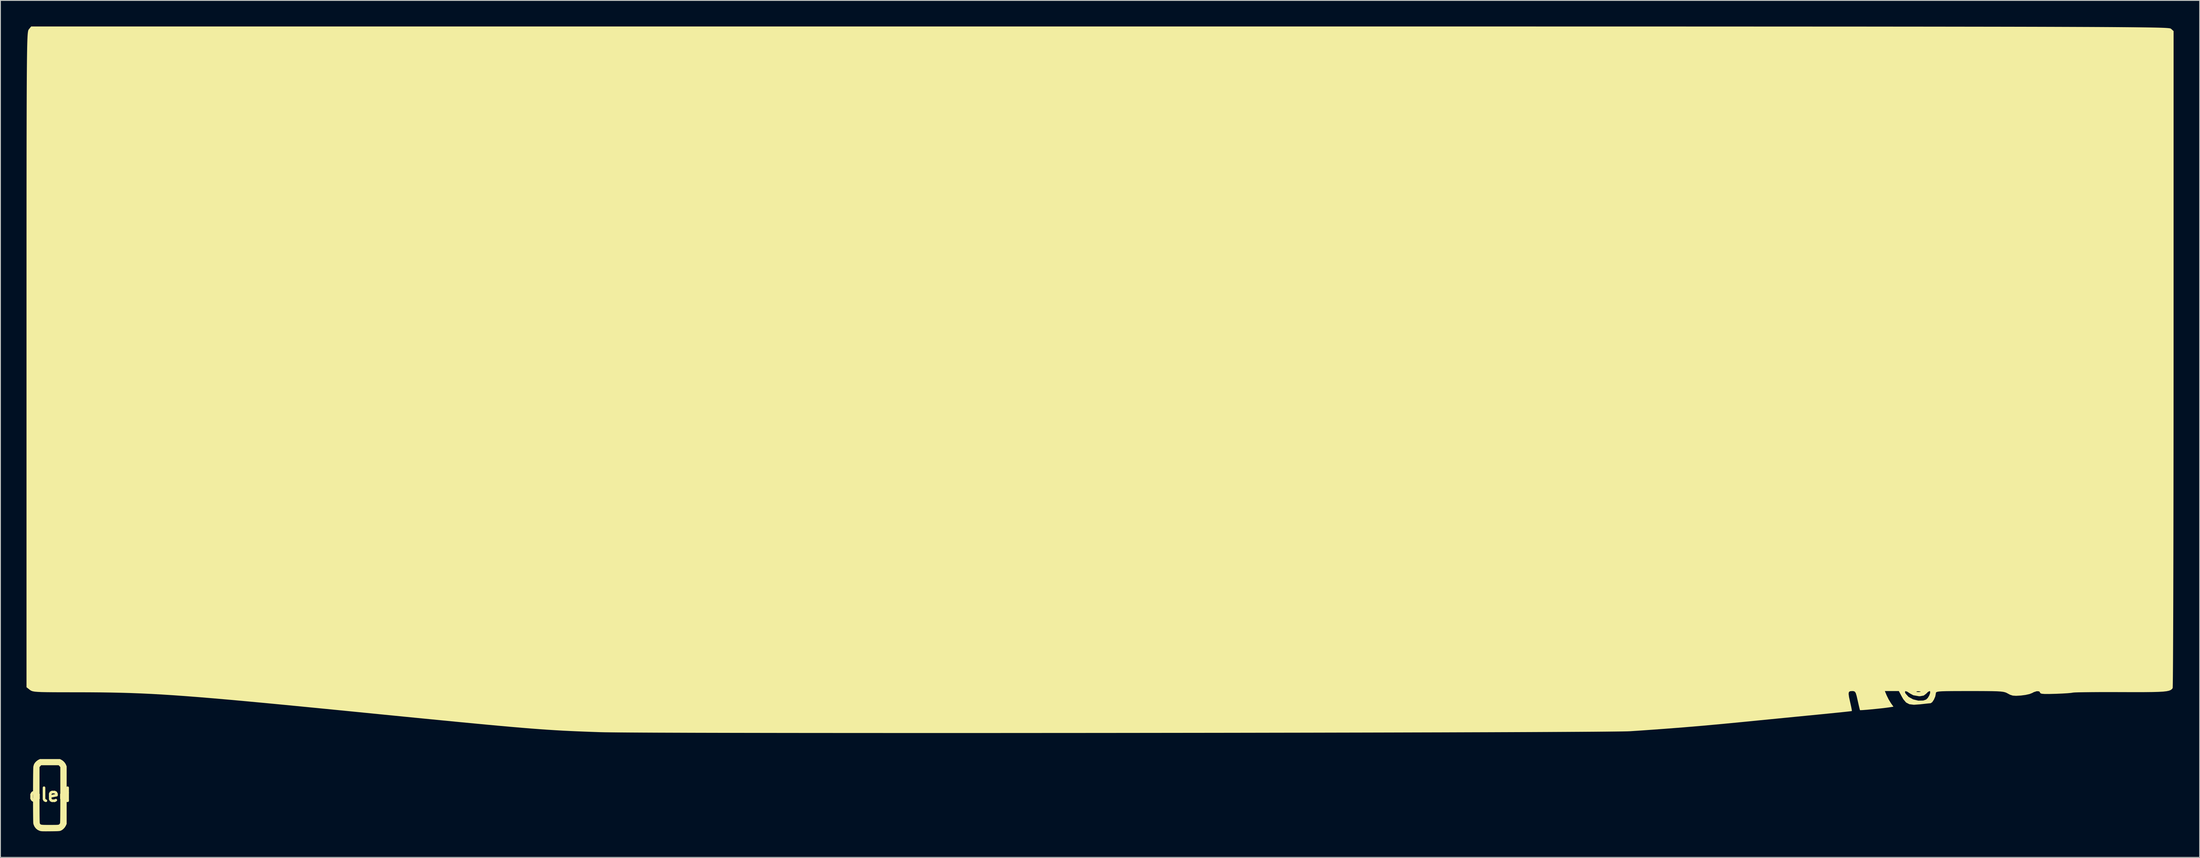
<source format=kicad_pcb>
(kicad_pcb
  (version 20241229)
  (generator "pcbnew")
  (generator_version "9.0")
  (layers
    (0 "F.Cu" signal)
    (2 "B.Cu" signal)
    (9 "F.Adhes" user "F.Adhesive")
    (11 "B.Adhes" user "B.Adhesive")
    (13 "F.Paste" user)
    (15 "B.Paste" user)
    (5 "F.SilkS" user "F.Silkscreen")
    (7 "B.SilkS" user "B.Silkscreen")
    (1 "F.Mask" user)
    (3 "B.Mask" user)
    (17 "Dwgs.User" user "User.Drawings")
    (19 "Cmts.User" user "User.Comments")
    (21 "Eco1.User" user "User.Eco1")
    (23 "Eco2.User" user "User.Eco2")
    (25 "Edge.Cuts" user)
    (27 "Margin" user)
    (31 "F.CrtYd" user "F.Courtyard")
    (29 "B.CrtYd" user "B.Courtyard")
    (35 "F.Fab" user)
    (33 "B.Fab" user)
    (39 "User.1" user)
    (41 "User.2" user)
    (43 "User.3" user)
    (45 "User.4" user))
  (footprint "oled"
    (layer "F.Cu")
    (at 2.693 88.506)
    (property "Reference" "oled" (at 0 0 0) (layer "F.SilkS") (effects (font (size 1.5 1.5) (thickness 0.3))))
    (attr board_only exclude_from_pos_files exclude_from_bom)
    (fp_poly (pts (xy 1.31 -4.046) (xy 1.498 -3.925) (xy 1.668 -3.76) (xy 1.801 -3.572) (xy 1.85 -3.471) (xy 1.925 -3.284) (xy 1.925 0.032) (xy 1.925 3.349) (xy 1.831 3.552) (xy 1.719 3.739) (xy 1.568 3.91) (xy 1.395 4.048) (xy 1.239 4.129) (xy 1.189 4.145) (xy 1.13 4.159) (xy 1.055 4.169) (xy 0.956 4.177) (xy 0.825 4.184) (xy 0.656 4.188) (xy 0.44 4.192) (xy 0.171 4.195) (xy 0.049 4.196) (xy -0.241 4.198) (xy -0.474 4.199) (xy -0.658 4.198) (xy -0.802 4.196) (xy -0.913 4.191) (xy -0.999 4.183) (xy -1.068 4.172) (xy -1.129 4.158) (xy -1.187 4.14) (xy -1.412 4.035) (xy -1.605 3.879) (xy -1.761 3.681) (xy -1.87 3.45) (xy -1.909 3.301) (xy -1.915 3.238) (xy -1.92 3.115) (xy -1.925 2.94) (xy -1.929 2.716) (xy -1.932 2.45) (xy -1.935 2.147) (xy -1.938 1.812) (xy -1.94 1.452) (xy -1.941 1.072) (xy -1.942 0.677) (xy -1.942 0.274) (xy -1.942 0.003) (xy -1.197 0.003) (xy -1.197 0.582) (xy -1.196 1.099) (xy -1.195 1.556) (xy -1.193 1.954) (xy -1.191 2.295) (xy -1.188 2.582) (xy -1.184 2.817) (xy -1.18 3.001) (xy -1.175 3.137) (xy -1.169 3.227) (xy -1.163 3.273) (xy -1.161 3.278) (xy -1.135 3.328) (xy -1.107 3.368) (xy -1.071 3.399) (xy -1.019 3.422) (xy -0.945 3.438) (xy -0.841 3.449) (xy -0.701 3.456) (xy -0.517 3.459) (xy -0.282 3.461) (xy 0 3.461) (xy 0.282 3.46) (xy 0.506 3.459) (xy 0.68 3.457) (xy 0.81 3.453) (xy 0.905 3.447) (xy 0.971 3.439) (xy 1.015 3.428) (xy 1.044 3.413) (xy 1.056 3.405) (xy 1.123 3.335) (xy 1.161 3.278) (xy 1.168 3.244) (xy 1.173 3.166) (xy 1.179 3.042) (xy 1.183 2.87) (xy 1.187 2.649) (xy 1.19 2.376) (xy 1.192 2.049) (xy 1.194 1.667) (xy 1.196 1.226) (xy 1.197 0.725) (xy 1.197 0.162) (xy 1.197 0.003) (xy 1.197 -3.202) (xy 1.103 -3.308) (xy 1.008 -3.414) (xy 0 -3.414) (xy -1.008 -3.414) (xy -1.103 -3.308) (xy -1.197 -3.202) (xy -1.197 0.003) (xy -1.942 0.003) (xy -1.942 -0.134) (xy -1.942 -0.539) (xy -1.941 -0.936) (xy -1.939 -1.32) (xy -1.937 -1.685) (xy -1.934 -2.026) (xy -1.931 -2.336) (xy -1.927 -2.611) (xy -1.923 -2.845) (xy -1.918 -3.033) (xy -1.913 -3.167) (xy -1.907 -3.245) (xy -1.906 -3.253) (xy -1.875 -3.383) (xy -1.833 -3.51) (xy -1.807 -3.569) (xy -1.703 -3.724) (xy -1.558 -3.874) (xy -1.393 -3.999) (xy -1.31 -4.046) (xy -1.149 -4.125) (xy 0 -4.125) (xy 1.149 -4.125)) (stroke (width 0) (type solid)) (fill yes) (layer "F.SilkS")))
  (footprint "mask test"
    (layer "F.Cu")
    (at 123.511 40.682)
    (property "Reference" "mask test" (at 0 0 0) (layer "F.SilkS") (effects (font (size 1.5 1.5) (thickness 0.3))))
    (attr board_only exclude_from_pos_files exclude_from_bom)
    (fp_poly (pts (xy 7.011 -40.682) (xy 13.774 -40.682) (xy 20.27 -40.682) (xy 26.503 -40.682) (xy 32.478 -40.681) (xy 38.202 -40.681) (xy 43.679 -40.681) (xy 48.915 -40.681) (xy 53.915 -40.68) (xy 58.685 -40.679) (xy 63.231 -40.679) (xy 67.557 -40.678) (xy 71.669 -40.677) (xy 75.573 -40.675) (xy 79.274 -40.674) (xy 82.777 -40.672) (xy 86.089 -40.671) (xy 89.214 -40.669) (xy 92.157 -40.666) (xy 94.925 -40.664) (xy 97.522 -40.661) (xy 99.955 -40.658) (xy 102.228 -40.655) (xy 104.347 -40.652) (xy 106.318 -40.648) (xy 108.145 -40.644) (xy 109.835 -40.639) (xy 111.392 -40.634) (xy 112.823 -40.629) (xy 114.132 -40.624) (xy 115.326 -40.618) (xy 116.408 -40.612) (xy 117.386 -40.605) (xy 118.265 -40.598) (xy 119.049 -40.591) (xy 119.744 -40.583) (xy 120.356 -40.575) (xy 120.89 -40.566) (xy 121.352 -40.557) (xy 121.747 -40.548) (xy 122.08 -40.537) (xy 122.357 -40.527) (xy 122.584 -40.516) (xy 122.765 -40.504) (xy 122.907 -40.492) (xy 123.014 -40.479) (xy 123.093 -40.466) (xy 123.147 -40.452) (xy 123.184 -40.438) (xy 123.209 -40.423) (xy 123.217 -40.416) (xy 123.511 -40.15) (xy 123.509 -2.386) (xy 123.508 0.843) (xy 123.507 4) (xy 123.505 7.073) (xy 123.502 10.051) (xy 123.499 12.923) (xy 123.495 15.676) (xy 123.491 18.3) (xy 123.486 20.782) (xy 123.48 23.113) (xy 123.475 25.28) (xy 123.468 27.272) (xy 123.461 29.077) (xy 123.454 30.684) (xy 123.447 32.081) (xy 123.439 33.258) (xy 123.431 34.203) (xy 123.422 34.904) (xy 123.414 35.35) (xy 123.405 35.529) (xy 123.404 35.532) (xy 123.308 35.651) (xy 123.177 35.749) (xy 122.984 35.826) (xy 122.703 35.886) (xy 122.307 35.931) (xy 121.769 35.961) (xy 121.063 35.981) (xy 120.162 35.99) (xy 119.039 35.992) (xy 117.669 35.989) (xy 117.412 35.988) (xy 116.22 35.985) (xy 115.11 35.986) (xy 114.116 35.992) (xy 113.269 36.001) (xy 112.602 36.012) (xy 112.147 36.027) (xy 111.935 36.044) (xy 111.927 36.046) (xy 111.714 36.081) (xy 111.282 36.118) (xy 110.692 36.153) (xy 110.007 36.182) (xy 109.939 36.184) (xy 109.182 36.204) (xy 108.665 36.202) (xy 108.348 36.175) (xy 108.193 36.121) (xy 108.159 36.055) (xy 108.051 35.903) (xy 107.78 35.881) (xy 107.43 35.989) (xy 107.261 36.083) (xy 106.956 36.205) (xy 106.477 36.313) (xy 105.95 36.382) (xy 105.39 36.415) (xy 105.005 36.389) (xy 104.695 36.29) (xy 104.463 36.166) (xy 104.302 36.078) (xy 104.13 36.009) (xy 103.912 35.957) (xy 103.614 35.92) (xy 103.2 35.894) (xy 102.637 35.879) (xy 101.889 35.871) (xy 100.922 35.867) (xy 100.057 35.867) (xy 98.913 35.868) (xy 98.019 35.871) (xy 97.342 35.879) (xy 96.853 35.894) (xy 96.521 35.918) (xy 96.316 35.954) (xy 96.208 36.003) (xy 96.165 36.068) (xy 96.157 36.152) (xy 96.157 36.153) (xy 96.093 36.492) (xy 95.935 36.858) (xy 95.739 37.15) (xy 95.56 37.269) (xy 95.346 37.287) (xy 94.937 37.329) (xy 94.417 37.387) (xy 94.346 37.396) (xy 93.629 37.446) (xy 93.113 37.384) (xy 92.731 37.183) (xy 92.419 36.814) (xy 92.239 36.504) (xy 91.975 36.007) (xy 92.609 36.007) (xy 92.672 36.154) (xy 93.021 36.541) (xy 93.542 36.823) (xy 94.139 36.971) (xy 94.716 36.957) (xy 95.035 36.847) (xy 95.226 36.667) (xy 95.393 36.391) (xy 95.498 36.109) (xy 95.504 35.91) (xy 95.44 35.867) (xy 95.253 35.965) (xy 95.053 36.165) (xy 94.773 36.381) (xy 94.349 36.461) (xy 94.219 36.463) (xy 93.562 36.349) (xy 93.222 36.165) (xy 92.892 35.954) (xy 93.905 35.954) (xy 94.09 35.978) (xy 94.134 35.979) (xy 94.372 35.964) (xy 94.393 35.921) (xy 94.38 35.915) (xy 94.103 35.887) (xy 93.962 35.91) (xy 93.905 35.954) (xy 92.892 35.954) (xy 92.85 35.927) (xy 92.639 35.874) (xy 92.609 36.007) (xy 91.975 36.007) (xy 91.901 35.867) (xy 91.096 35.867) (xy 90.292 35.867) (xy 90.499 36.364) (xy 90.725 36.822) (xy 90.984 37.249) (xy 90.994 37.264) (xy 91.281 37.667) (xy 90.823 37.74) (xy 90.449 37.791) (xy 89.934 37.852) (xy 89.34 37.915) (xy 88.733 37.975) (xy 88.177 38.025) (xy 87.737 38.059) (xy 87.475 38.071) (xy 87.431 38.067) (xy 87.39 37.923) (xy 87.305 37.574) (xy 87.195 37.088) (xy 87.164 36.949) (xy 87.041 36.41) (xy 86.941 36.088) (xy 86.83 35.928) (xy 86.676 35.873) (xy 86.518 35.867) (xy 86.288 35.886) (xy 86.158 35.977) (xy 86.122 36.186) (xy 86.172 36.563) (xy 86.302 37.155) (xy 86.323 37.248) (xy 86.425 37.705) (xy 86.487 38.038) (xy 86.496 38.17) (xy 86.352 38.191) (xy 85.967 38.235) (xy 85.376 38.298) (xy 84.614 38.376) (xy 83.718 38.466) (xy 82.724 38.565) (xy 82.62 38.575) (xy 81.473 38.687) (xy 80.125 38.819) (xy 78.651 38.964) (xy 77.127 39.114) (xy 75.63 39.261) (xy 74.235 39.399) (xy 73.967 39.426) (xy 71.536 39.66) (xy 69.264 39.867) (xy 67.057 40.053) (xy 64.818 40.226) (xy 62.452 40.396) (xy 60.988 40.494) (xy 60.671 40.506) (xy 60.086 40.518) (xy 59.245 40.529) (xy 58.16 40.54) (xy 56.841 40.551) (xy 55.301 40.561) (xy 53.55 40.571) (xy 51.601 40.581) (xy 49.465 40.591) (xy 47.152 40.6) (xy 44.676 40.609) (xy 42.046 40.617) (xy 39.276 40.626) (xy 36.375 40.633) (xy 33.356 40.641) (xy 30.231 40.648) (xy 27.01 40.654) (xy 23.705 40.661) (xy 20.327 40.666) (xy 16.889 40.672) (xy 13.401 40.677) (xy 9.876 40.681) (xy 6.323 40.685) (xy 2.756 40.689) (xy -0.814 40.692) (xy -4.377 40.694) (xy -7.92 40.696) (xy -11.432 40.698) (xy -14.902 40.699) (xy -18.318 40.699) (xy -21.668 40.699) (xy -24.942 40.698) (xy -28.127 40.697) (xy -31.212 40.695) (xy -34.186 40.693) (xy -37.037 40.69) (xy -39.754 40.686) (xy -42.325 40.682) (xy -44.739 40.677) (xy -46.984 40.672) (xy -49.048 40.665) (xy -50.921 40.659) (xy -52.591 40.651) (xy -54.046 40.643) (xy -55.275 40.634) (xy -56.266 40.624) (xy -57.008 40.614) (xy -57.49 40.603) (xy -57.499 40.603) (xy -58.453 40.57) (xy -59.347 40.537) (xy -60.199 40.503) (xy -61.028 40.466) (xy -61.85 40.425) (xy -62.684 40.377) (xy -63.548 40.322) (xy -64.459 40.259) (xy -65.436 40.185) (xy -66.496 40.099) (xy -67.657 40) (xy -68.937 39.886) (xy -70.354 39.756) (xy -71.925 39.608) (xy -73.669 39.441) (xy -75.604 39.253) (xy -77.747 39.043) (xy -80.115 38.81) (xy -82.728 38.551) (xy -85.271 38.298) (xy -88.342 37.994) (xy -91.153 37.718) (xy -93.724 37.468) (xy -96.074 37.243) (xy -98.221 37.043) (xy -100.185 36.865) (xy -101.983 36.708) (xy -103.635 36.571) (xy -105.16 36.453) (xy -106.576 36.352) (xy -107.902 36.267) (xy -109.157 36.196) (xy -110.359 36.14) (xy -111.528 36.095) (xy -112.682 36.061) (xy -113.839 36.037) (xy -115.02 36.02) (xy -116.241 36.011) (xy -117.523 36.007) (xy -118.061 36.007) (xy -119.334 36.006) (xy -120.358 36.003) (xy -121.163 35.996) (xy -121.778 35.984) (xy -122.235 35.963) (xy -122.562 35.934) (xy -122.789 35.894) (xy -122.947 35.842) (xy -123.066 35.775) (xy -123.143 35.717) (xy -123.511 35.428) (xy -123.511 -2.297) (xy -123.511 -6.135) (xy -123.511 -9.704) (xy -123.51 -13.013) (xy -123.51 -16.072) (xy -123.509 -18.892) (xy -123.508 -21.482) (xy -123.506 -23.853) (xy -123.504 -26.013) (xy -123.501 -27.974) (xy -123.497 -29.744) (xy -123.493 -31.334) (xy -123.488 -32.754) (xy -123.482 -34.013) (xy -123.475 -35.121) (xy -123.467 -36.089) (xy -123.458 -36.926) (xy -123.448 -37.642) (xy -123.437 -38.246) (xy -123.424 -38.75) (xy -123.41 -39.162) (xy -123.395 -39.493) (xy -123.378 -39.752) (xy -123.359 -39.949) (xy -123.339 -40.095) (xy -123.317 -40.199) (xy -123.293 -40.27) (xy -123.268 -40.32) (xy -123.244 -40.352) (xy -122.977 -40.682) (xy -0.027 -40.682)) (stroke (width 0) (type solid)) (fill yes) (layer "F.SilkS")))
  (gr_rect
    (start -3 -3)
    (end 250.022 95.706)
    (stroke (width 0.1) (type default))
    (fill no)
    (layer "Edge.Cuts")))
</source>
